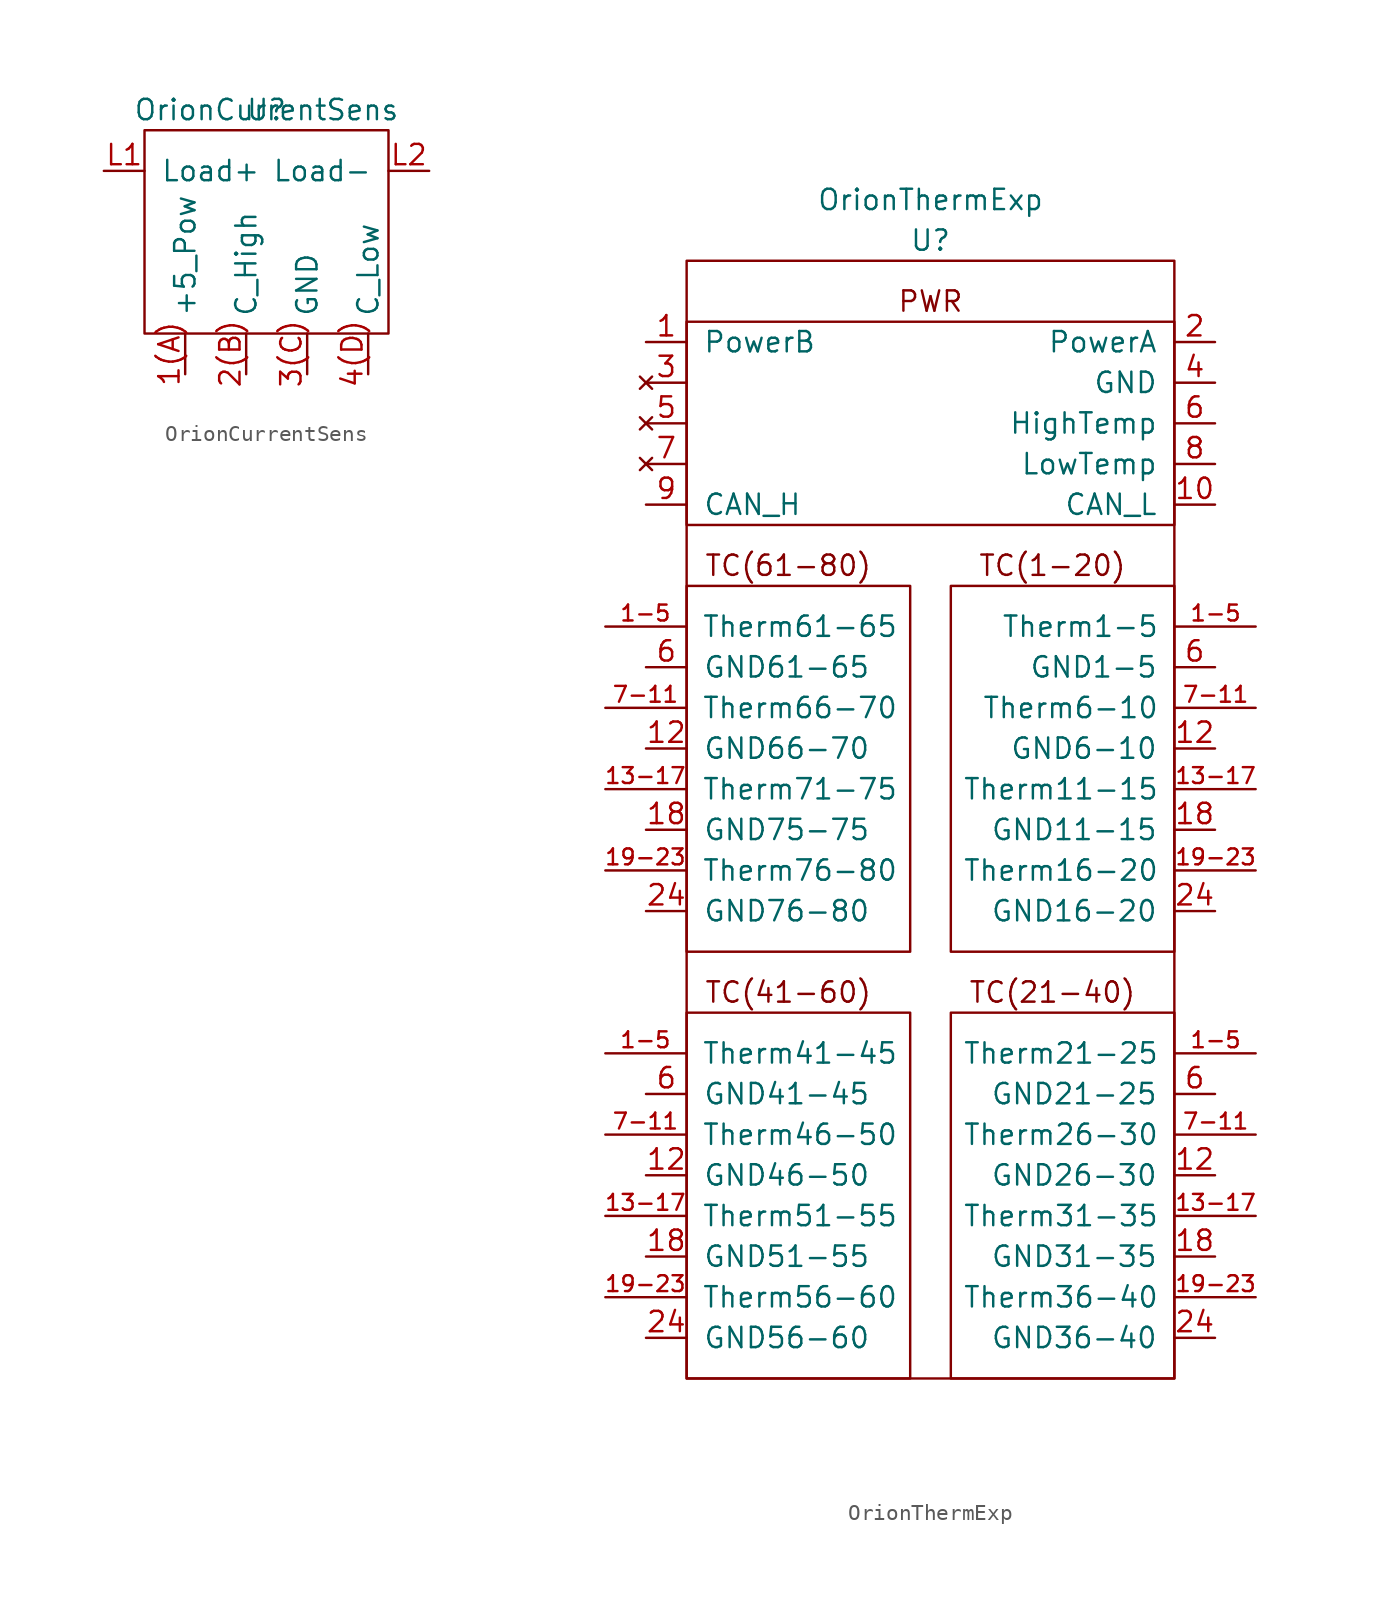
<source format=kicad_sym>
(kicad_symbol_lib
  (version 20211014)
  (generator kicad_symbol_editor)
  (symbol "OrionCurrentSens"
    (pin_names
      (offset 1.016))
    (property "Reference" "U"
      (at 0 0 0)
      (effects (font (size 1.27 1.27))))
    (property "Value" "OrionCurrentSens"
      (at 0 0 0)
      (effects (font (size 1.27 1.27))))
    (symbol "OrionCurrentSens_0_1"
      (rectangle (start -7.62 -1.27) (end 7.62 -13.97) (stroke (width 0) (type default) (color 0 0 0 0)) (fill (type none))))
    (symbol "OrionCurrentSens_1_1"
      (pin passive line (at -5.08 -16.51 90) (length 2.54) (name "+5_Pow" (effects (font (size 1.27 1.27)))) (number "1(A)" (effects (font (size 1.27 1.27)))))
      (pin passive line (at -1.27 -16.51 90) (length 2.54) (name "C_High" (effects (font (size 1.27 1.27)))) (number "2(B)" (effects (font (size 1.27 1.27)))))
      (pin passive line (at 2.54 -16.51 90) (length 2.54) (name "GND" (effects (font (size 1.27 1.27)))) (number "3(C)" (effects (font (size 1.27 1.27)))))
      (pin passive line (at 6.35 -16.51 90) (length 2.54) (name "C_Low" (effects (font (size 1.27 1.27)))) (number "4(D)" (effects (font (size 1.27 1.27)))))
      (pin bidirectional line (at -10.16 -3.81 0) (length 2.54) (name "Load+" (effects (font (size 1.27 1.27)))) (number "L1" (effects (font (size 1.27 1.27)))))
      (pin bidirectional line (at 10.16 -3.81 180) (length 2.54) (name "Load-" (effects (font (size 1.27 1.27)))) (number "L2" (effects (font (size 1.27 1.27)))))))
  (symbol "OrionThermExp"
    (pin_names
      (offset 1.016))
    (property "Reference" "U"
      (at 0 1.27 0)
      (effects (font (size 1.27 1.27))))
    (property "Value" "OrionThermExp"
      (at 0 3.81 0)
      (effects (font (size 1.27 1.27))))
    (symbol "OrionThermExp_0_0"
      (text "PWR" (at 0 -2.54 0) (effects (font (size 1.27 1.27))))
      (text "TC(1-20)" (at 7.62 -19.05 0) (effects (font (size 1.27 1.27))))
      (text "TC(21-40)" (at 7.62 -45.72 0) (effects (font (size 1.27 1.27))))
      (text "TC(41-60)" (at -8.89 -45.72 0) (effects (font (size 1.27 1.27))))
      (text "TC(61-80)" (at -8.89 -19.05 0) (effects (font (size 1.27 1.27)))))
    (symbol "OrionThermExp_0_1"
      (rectangle (start -15.24 -46.99) (end -1.27 -69.85) (stroke (width 0) (type default) (color 0 0 0 0)) (fill (type none)))
      (rectangle (start -15.24 -20.32) (end -1.27 -43.18) (stroke (width 0) (type default) (color 0 0 0 0)) (fill (type none)))
      (rectangle (start -15.24 -16.51) (end 15.24 -3.81) (stroke (width 0) (type default) (color 0 0 0 0)) (fill (type none)))
      (rectangle (start -15.24 0) (end 15.24 -69.85) (stroke (width 0) (type default) (color 0 0 0 0)) (fill (type none)))
      (rectangle (start 15.24 -46.99) (end 1.27 -69.85) (stroke (width 0) (type default) (color 0 0 0 0)) (fill (type none)))
      (rectangle (start 15.24 -20.32) (end 1.27 -43.18) (stroke (width 0) (type default) (color 0 0 0 0)) (fill (type none))))
    (symbol "OrionThermExp_1_1"
      (pin power_in line (at -17.78 -5.08 0) (length 2.54) (name "PowerB" (effects (font (size 1.27 1.27)))) (number "1" (effects (font (size 1.27 1.27)))))
      (pin input line (at 20.32 -22.86 180) (length 5.004) (name "Therm1-5" (effects (font (size 1.27 1.27)))) (number "1-5" (effects (font (size 0.991 0.991)))))
      (pin input line (at 20.32 -49.53 180) (length 5.004) (name "Therm21-25" (effects (font (size 1.27 1.27)))) (number "1-5" (effects (font (size 0.991 0.991)))))
      (pin input line (at -20.32 -49.53 0) (length 5.004) (name "Therm41-45" (effects (font (size 1.27 1.27)))) (number "1-5" (effects (font (size 0.991 0.991)))))
      (pin input line (at -20.32 -22.86 0) (length 5.004) (name "Therm61-65" (effects (font (size 1.27 1.27)))) (number "1-5" (effects (font (size 0.991 0.991)))))
      (pin bidirectional line (at 17.78 -15.24 180) (length 2.54) (name "CAN_L" (effects (font (size 1.27 1.27)))) (number "10" (effects (font (size 1.27 1.27)))))
      (pin input line (at 17.78 -57.15 180) (length 2.54) (name "GND26-30" (effects (font (size 1.27 1.27)))) (number "12" (effects (font (size 1.27 1.27)))))
      (pin input line (at -17.78 -57.15 0) (length 2.54) (name "GND46-50" (effects (font (size 1.27 1.27)))) (number "12" (effects (font (size 1.27 1.27)))))
      (pin input line (at 17.78 -30.48 180) (length 2.54) (name "GND6-10" (effects (font (size 1.27 1.27)))) (number "12" (effects (font (size 1.27 1.27)))))
      (pin input line (at -17.78 -30.48 0) (length 2.54) (name "GND66-70" (effects (font (size 1.27 1.27)))) (number "12" (effects (font (size 1.27 1.27)))))
      (pin input line (at 20.32 -33.02 180) (length 5.004) (name "Therm11-15" (effects (font (size 1.27 1.27)))) (number "13-17" (effects (font (size 0.991 0.991)))))
      (pin input line (at 20.32 -59.69 180) (length 5.004) (name "Therm31-35" (effects (font (size 1.27 1.27)))) (number "13-17" (effects (font (size 0.991 0.991)))))
      (pin input line (at -20.32 -59.69 0) (length 5.004) (name "Therm51-55" (effects (font (size 1.27 1.27)))) (number "13-17" (effects (font (size 0.991 0.991)))))
      (pin input line (at -20.32 -33.02 0) (length 5.004) (name "Therm71-75" (effects (font (size 1.27 1.27)))) (number "13-17" (effects (font (size 0.991 0.991)))))
      (pin input line (at 17.78 -35.56 180) (length 2.54) (name "GND11-15" (effects (font (size 1.27 1.27)))) (number "18" (effects (font (size 1.27 1.27)))))
      (pin input line (at 17.78 -62.23 180) (length 2.54) (name "GND31-35" (effects (font (size 1.27 1.27)))) (number "18" (effects (font (size 1.27 1.27)))))
      (pin input line (at -17.78 -62.23 0) (length 2.54) (name "GND51-55" (effects (font (size 1.27 1.27)))) (number "18" (effects (font (size 1.27 1.27)))))
      (pin input line (at -17.78 -35.56 0) (length 2.54) (name "GND75-75" (effects (font (size 1.27 1.27)))) (number "18" (effects (font (size 1.27 1.27)))))
      (pin input line (at 20.32 -38.1 180) (length 5.004) (name "Therm16-20" (effects (font (size 1.27 1.27)))) (number "19-23" (effects (font (size 0.991 0.991)))))
      (pin input line (at 20.32 -64.77 180) (length 5.004) (name "Therm36-40" (effects (font (size 1.27 1.27)))) (number "19-23" (effects (font (size 0.991 0.991)))))
      (pin input line (at -20.32 -64.77 0) (length 5.004) (name "Therm56-60" (effects (font (size 1.27 1.27)))) (number "19-23" (effects (font (size 0.991 0.991)))))
      (pin input line (at -20.32 -38.1 0) (length 5.004) (name "Therm76-80" (effects (font (size 1.27 1.27)))) (number "19-23" (effects (font (size 0.991 0.991)))))
      (pin power_in line (at 17.78 -5.08 180) (length 2.54) (name "PowerA" (effects (font (size 1.27 1.27)))) (number "2" (effects (font (size 1.27 1.27)))))
      (pin input line (at 17.78 -40.64 180) (length 2.54) (name "GND16-20" (effects (font (size 1.27 1.27)))) (number "24" (effects (font (size 1.27 1.27)))))
      (pin input line (at 17.78 -67.31 180) (length 2.54) (name "GND36-40" (effects (font (size 1.27 1.27)))) (number "24" (effects (font (size 1.27 1.27)))))
      (pin input line (at -17.78 -67.31 0) (length 2.54) (name "GND56-60" (effects (font (size 1.27 1.27)))) (number "24" (effects (font (size 1.27 1.27)))))
      (pin input line (at -17.78 -40.64 0) (length 2.54) (name "GND76-80" (effects (font (size 1.27 1.27)))) (number "24" (effects (font (size 1.27 1.27)))))
      (pin no_connect line (at -17.78 -7.62 0) (length 2.54) (name "~" (effects (font (size 1.27 1.27)))) (number "3" (effects (font (size 1.27 1.27)))))
      (pin passive line (at 17.78 -7.62 180) (length 2.54) (name "GND" (effects (font (size 1.27 1.27)))) (number "4" (effects (font (size 1.27 1.27)))))
      (pin no_connect line (at -17.78 -10.16 0) (length 2.54) (name "~" (effects (font (size 1.27 1.27)))) (number "5" (effects (font (size 1.27 1.27)))))
      (pin input line (at 17.78 -25.4 180) (length 2.54) (name "GND1-5" (effects (font (size 1.27 1.27)))) (number "6" (effects (font (size 1.27 1.27)))))
      (pin input line (at 17.78 -52.07 180) (length 2.54) (name "GND21-25" (effects (font (size 1.27 1.27)))) (number "6" (effects (font (size 1.27 1.27)))))
      (pin input line (at -17.78 -52.07 0) (length 2.54) (name "GND41-45" (effects (font (size 1.27 1.27)))) (number "6" (effects (font (size 1.27 1.27)))))
      (pin input line (at -17.78 -25.4 0) (length 2.54) (name "GND61-65" (effects (font (size 1.27 1.27)))) (number "6" (effects (font (size 1.27 1.27)))))
      (pin output line (at 17.78 -10.16 180) (length 2.54) (name "HighTemp" (effects (font (size 1.27 1.27)))) (number "6" (effects (font (size 1.27 1.27)))))
      (pin no_connect line (at -17.78 -12.7 0) (length 2.54) (name "~" (effects (font (size 1.27 1.27)))) (number "7" (effects (font (size 1.27 1.27)))))
      (pin input line (at 20.32 -54.61 180) (length 5.004) (name "Therm26-30" (effects (font (size 1.27 1.27)))) (number "7-11" (effects (font (size 0.991 0.991)))))
      (pin input line (at -20.32 -54.61 0) (length 5.004) (name "Therm46-50" (effects (font (size 1.27 1.27)))) (number "7-11" (effects (font (size 0.991 0.991)))))
      (pin input line (at 20.32 -27.94 180) (length 5.004) (name "Therm6-10" (effects (font (size 1.27 1.27)))) (number "7-11" (effects (font (size 0.991 0.991)))))
      (pin input line (at -20.32 -27.94 0) (length 5.004) (name "Therm66-70" (effects (font (size 1.27 1.27)))) (number "7-11" (effects (font (size 0.991 0.991)))))
      (pin output line (at 17.78 -12.7 180) (length 2.54) (name "LowTemp" (effects (font (size 1.27 1.27)))) (number "8" (effects (font (size 1.27 1.27)))))
      (pin bidirectional line (at -17.78 -15.24 0) (length 2.54) (name "CAN_H" (effects (font (size 1.27 1.27)))) (number "9" (effects (font (size 1.27 1.27))))))))
</source>
